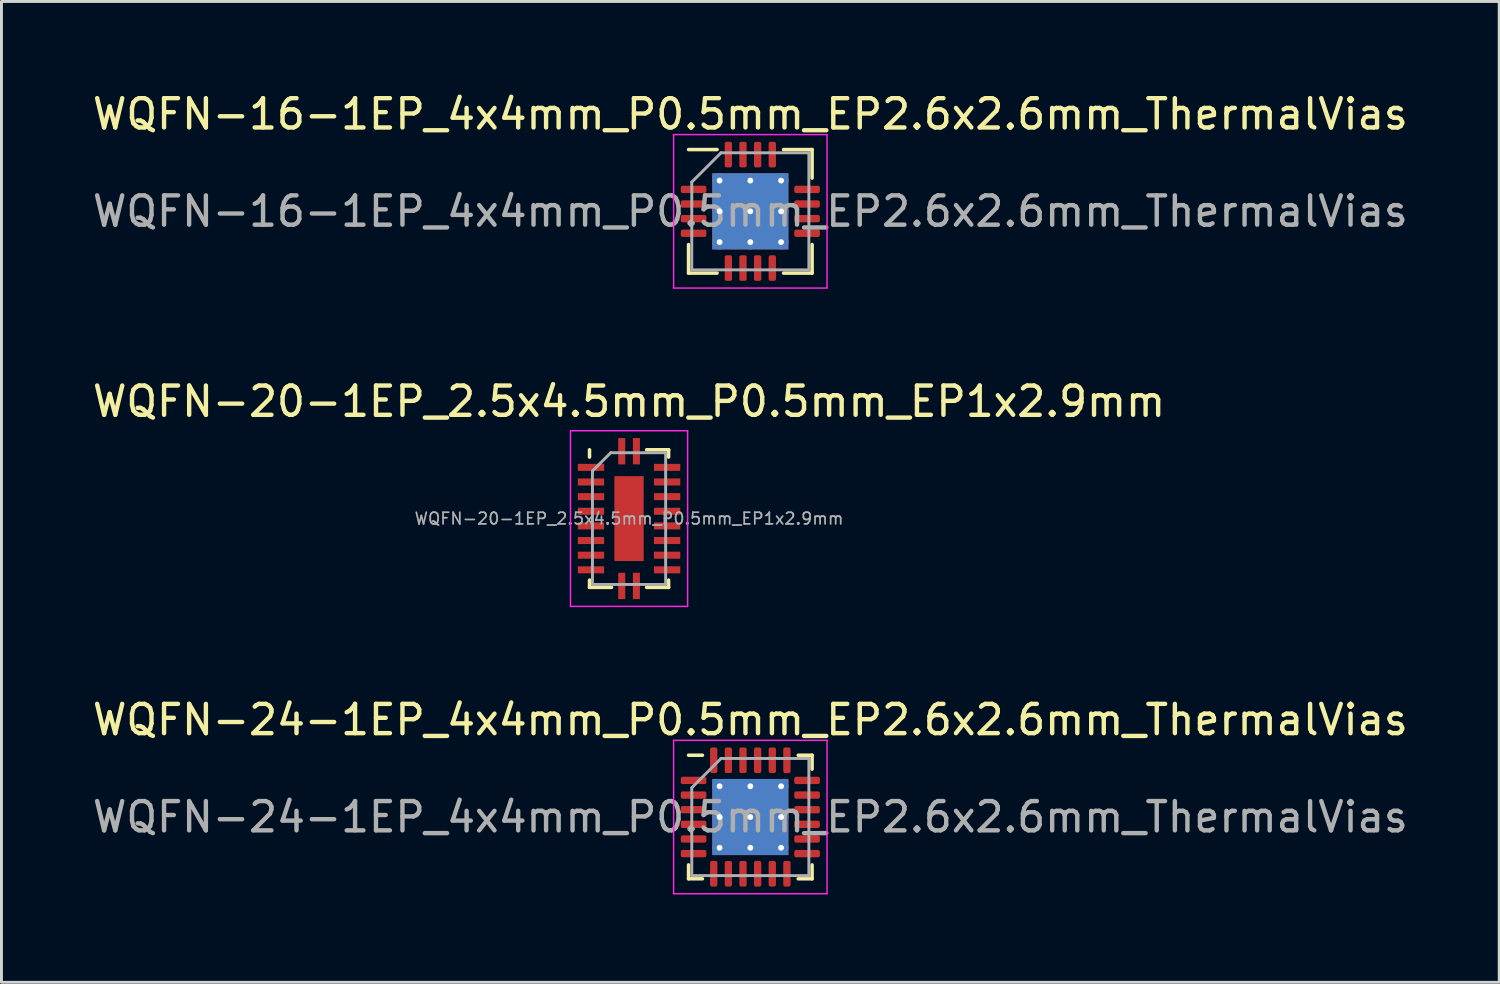
<source format=kicad_pcb>
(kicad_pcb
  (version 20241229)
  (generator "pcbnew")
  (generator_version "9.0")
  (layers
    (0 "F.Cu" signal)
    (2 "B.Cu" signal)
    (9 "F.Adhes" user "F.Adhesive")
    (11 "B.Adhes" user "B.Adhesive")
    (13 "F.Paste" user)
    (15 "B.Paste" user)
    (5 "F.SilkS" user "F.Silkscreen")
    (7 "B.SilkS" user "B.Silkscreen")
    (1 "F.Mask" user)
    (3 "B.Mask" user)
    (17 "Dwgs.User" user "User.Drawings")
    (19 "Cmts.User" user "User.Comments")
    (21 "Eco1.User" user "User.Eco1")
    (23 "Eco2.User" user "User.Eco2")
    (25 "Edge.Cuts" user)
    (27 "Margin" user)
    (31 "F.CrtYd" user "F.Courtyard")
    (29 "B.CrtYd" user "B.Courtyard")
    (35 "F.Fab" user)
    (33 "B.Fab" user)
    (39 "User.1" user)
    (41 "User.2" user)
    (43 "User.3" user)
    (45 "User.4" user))
  (footprint "WQFN-20-1EP_2.5x4.5mm_P0.5mm_EP1x2.9mm"
    (layer "F.Cu")
    (at 18.435 14.662)
    (property "Reference" "WQFN-20-1EP_2.5x4.5mm_P0.5mm_EP1x2.9mm" (at 0 -4 0) (layer "F.SilkS") (effects (font (size 1 1) (thickness 0.15))))
    (attr smd)
    (fp_line (start -1.35 -2.35) (end -1.35 -2.1) (stroke (width 0.12) (type solid)) (layer "F.SilkS"))
    (fp_line (start -1.35 2.35) (end -1.35 2.1) (stroke (width 0.12) (type solid)) (layer "F.SilkS"))
    (fp_line (start -0.6 2.35) (end -1.35 2.35) (stroke (width 0.12) (type solid)) (layer "F.SilkS"))
    (fp_line (start 0.6 -2.35) (end 1.35 -2.35) (stroke (width 0.12) (type solid)) (layer "F.SilkS"))
    (fp_line (start 0.6 2.35) (end 1.35 2.35) (stroke (width 0.12) (type solid)) (layer "F.SilkS"))
    (fp_line (start 1.35 -2.35) (end 1.35 -2.1) (stroke (width 0.12) (type solid)) (layer "F.SilkS"))
    (fp_line (start 1.35 2.35) (end 1.35 2.1) (stroke (width 0.12) (type solid)) (layer "F.SilkS"))
    (fp_line (start -2 -3) (end -2 3) (stroke (width 0.05) (type solid)) (layer "F.CrtYd"))
    (fp_line (start -2 -3) (end 2 -3) (stroke (width 0.05) (type solid)) (layer "F.CrtYd"))
    (fp_line (start -2 3) (end 2 3) (stroke (width 0.05) (type solid)) (layer "F.CrtYd"))
    (fp_line (start 2 -3) (end 2 3) (stroke (width 0.05) (type solid)) (layer "F.CrtYd"))
    (fp_line (start -1.25 -1.625) (end -1.25 2.25) (stroke (width 0.1) (type solid)) (layer "F.Fab"))
    (fp_line (start -1.25 -1.625) (end -0.625 -2.25) (stroke (width 0.1) (type solid)) (layer "F.Fab"))
    (fp_line (start -1.25 2.25) (end 1.25 2.25) (stroke (width 0.1) (type solid)) (layer "F.Fab"))
    (fp_line (start 1.25 -2.25) (end -0.625 -2.25) (stroke (width 0.1) (type solid)) (layer "F.Fab"))
    (fp_line (start 1.25 -2.25) (end 1.25 2.25) (stroke (width 0.1) (type solid)) (layer "F.Fab"))
    (fp_text user "${REFERENCE}" (at 0 0 0) (layer "F.Fab") (effects (font (size 0.4 0.4) (thickness 0.06))))
    (pad "" smd rect (at 0 -0.95 270) (size 0.8 0.8) (layers "F.Paste"))
    (pad "" smd rect (at 0 0 270) (size 0.8 0.8) (layers "F.Paste"))
    (pad "" smd rect (at 0 0.95 270) (size 0.8 0.8) (layers "F.Paste"))
    (pad "1" smd rect (at -0.25 -2.3 270) (size 0.9 0.24) (layers "F.Cu" "F.Mask" "F.Paste"))
    (pad "2" smd rect (at -1.3 -1.75) (size 0.9 0.24) (layers "F.Cu" "F.Mask" "F.Paste"))
    (pad "3" smd rect (at -1.3 -1.25) (size 0.9 0.24) (layers "F.Cu" "F.Mask" "F.Paste"))
    (pad "4" smd rect (at -1.3 -0.75) (size 0.9 0.24) (layers "F.Cu" "F.Mask" "F.Paste"))
    (pad "5" smd rect (at -1.3 -0.25) (size 0.9 0.24) (layers "F.Cu" "F.Mask" "F.Paste"))
    (pad "6" smd rect (at -1.3 0.25) (size 0.9 0.24) (layers "F.Cu" "F.Mask" "F.Paste"))
    (pad "7" smd rect (at -1.3 0.75) (size 0.9 0.24) (layers "F.Cu" "F.Mask" "F.Paste"))
    (pad "8" smd rect (at -1.3 1.25) (size 0.9 0.24) (layers "F.Cu" "F.Mask" "F.Paste"))
    (pad "9" smd rect (at -1.3 1.75) (size 0.9 0.24) (layers "F.Cu" "F.Mask" "F.Paste"))
    (pad "10" smd rect (at -0.25 2.3 270) (size 0.9 0.24) (layers "F.Cu" "F.Mask" "F.Paste"))
    (pad "11" smd rect (at 0.25 2.3 270) (size 0.9 0.24) (layers "F.Cu" "F.Mask" "F.Paste"))
    (pad "12" smd rect (at 1.3 1.75) (size 0.9 0.24) (layers "F.Cu" "F.Mask" "F.Paste"))
    (pad "13" smd rect (at 1.3 1.25) (size 0.9 0.24) (layers "F.Cu" "F.Mask" "F.Paste"))
    (pad "14" smd rect (at 1.3 0.75) (size 0.9 0.24) (layers "F.Cu" "F.Mask" "F.Paste"))
    (pad "15" smd rect (at 1.3 0.25) (size 0.9 0.24) (layers "F.Cu" "F.Mask" "F.Paste"))
    (pad "16" smd rect (at 1.3 -0.25) (size 0.9 0.24) (layers "F.Cu" "F.Mask" "F.Paste"))
    (pad "17" smd rect (at 1.3 -0.75) (size 0.9 0.24) (layers "F.Cu" "F.Mask" "F.Paste"))
    (pad "18" smd rect (at 1.3 -1.25) (size 0.9 0.24) (layers "F.Cu" "F.Mask" "F.Paste"))
    (pad "19" smd rect (at 1.3 -1.75) (size 0.9 0.24) (layers "F.Cu" "F.Mask" "F.Paste"))
    (pad "20" smd rect (at 0.25 -2.3 270) (size 0.9 0.24) (layers "F.Cu" "F.Mask" "F.Paste"))
    (pad "21" smd rect (at 0 0 270) (size 2.9 1) (layers "F.Cu" "F.Mask")))
  (footprint "WQFN-24-1EP_4x4mm_P0.5mm_EP2.6x2.6mm_ThermalVias"
    (layer "F.Cu")
    (at 22.577 24.855)
    (property "Reference" "WQFN-24-1EP_4x4mm_P0.5mm_EP2.6x2.6mm_ThermalVias" (at 0 -3.32 0) (layer "F.SilkS") (effects (font (size 1 1) (thickness 0.15))))
    (attr smd)
    (fp_line (start -2.11 2.11) (end -2.11 1.635) (stroke (width 0.12) (type solid)) (layer "F.SilkS"))
    (fp_line (start -1.635 -2.11) (end -2.11 -2.11) (stroke (width 0.12) (type solid)) (layer "F.SilkS"))
    (fp_line (start -1.635 2.11) (end -2.11 2.11) (stroke (width 0.12) (type solid)) (layer "F.SilkS"))
    (fp_line (start 1.635 -2.11) (end 2.11 -2.11) (stroke (width 0.12) (type solid)) (layer "F.SilkS"))
    (fp_line (start 1.635 2.11) (end 2.11 2.11) (stroke (width 0.12) (type solid)) (layer "F.SilkS"))
    (fp_line (start 2.11 -2.11) (end 2.11 -1.635) (stroke (width 0.12) (type solid)) (layer "F.SilkS"))
    (fp_line (start 2.11 2.11) (end 2.11 1.635) (stroke (width 0.12) (type solid)) (layer "F.SilkS"))
    (fp_line (start -2.62 -2.62) (end -2.62 2.62) (stroke (width 0.05) (type solid)) (layer "F.CrtYd"))
    (fp_line (start -2.62 2.62) (end 2.62 2.62) (stroke (width 0.05) (type solid)) (layer "F.CrtYd"))
    (fp_line (start 2.62 -2.62) (end -2.62 -2.62) (stroke (width 0.05) (type solid)) (layer "F.CrtYd"))
    (fp_line (start 2.62 2.62) (end 2.62 -2.62) (stroke (width 0.05) (type solid)) (layer "F.CrtYd"))
    (fp_line (start -2 -1) (end -1 -2) (stroke (width 0.1) (type solid)) (layer "F.Fab"))
    (fp_line (start -2 2) (end -2 -1) (stroke (width 0.1) (type solid)) (layer "F.Fab"))
    (fp_line (start -1 -2) (end 2 -2) (stroke (width 0.1) (type solid)) (layer "F.Fab"))
    (fp_line (start 2 -2) (end 2 2) (stroke (width 0.1) (type solid)) (layer "F.Fab"))
    (fp_line (start 2 2) (end -2 2) (stroke (width 0.1) (type solid)) (layer "F.Fab"))
    (fp_text user "${REFERENCE}" (at 0 0 0) (layer "F.Fab") (effects (font (size 1 1) (thickness 0.15))))
    (pad "" smd roundrect (at -0.65 -0.65) (size 1.13 1.13) (layers "F.Paste") (roundrect_rratio 0.221))
    (pad "" smd roundrect (at -0.65 0.65) (size 1.13 1.13) (layers "F.Paste") (roundrect_rratio 0.221))
    (pad "" smd roundrect (at 0.65 -0.65) (size 1.13 1.13) (layers "F.Paste") (roundrect_rratio 0.221))
    (pad "" smd roundrect (at 0.65 0.65) (size 1.13 1.13) (layers "F.Paste") (roundrect_rratio 0.221))
    (pad "1" smd roundrect (at -1.938 -1.25) (size 0.875 0.25) (layers "F.Cu" "F.Mask" "F.Paste") (roundrect_rratio 0.25))
    (pad "2" smd roundrect (at -1.938 -0.75) (size 0.875 0.25) (layers "F.Cu" "F.Mask" "F.Paste") (roundrect_rratio 0.25))
    (pad "3" smd roundrect (at -1.938 -0.25) (size 0.875 0.25) (layers "F.Cu" "F.Mask" "F.Paste") (roundrect_rratio 0.25))
    (pad "4" smd roundrect (at -1.938 0.25) (size 0.875 0.25) (layers "F.Cu" "F.Mask" "F.Paste") (roundrect_rratio 0.25))
    (pad "5" smd roundrect (at -1.938 0.75) (size 0.875 0.25) (layers "F.Cu" "F.Mask" "F.Paste") (roundrect_rratio 0.25))
    (pad "6" smd roundrect (at -1.938 1.25) (size 0.875 0.25) (layers "F.Cu" "F.Mask" "F.Paste") (roundrect_rratio 0.25))
    (pad "7" smd roundrect (at -1.25 1.938) (size 0.25 0.875) (layers "F.Cu" "F.Mask" "F.Paste") (roundrect_rratio 0.25))
    (pad "8" smd roundrect (at -0.75 1.938) (size 0.25 0.875) (layers "F.Cu" "F.Mask" "F.Paste") (roundrect_rratio 0.25))
    (pad "9" smd roundrect (at -0.25 1.938) (size 0.25 0.875) (layers "F.Cu" "F.Mask" "F.Paste") (roundrect_rratio 0.25))
    (pad "10" smd roundrect (at 0.25 1.938) (size 0.25 0.875) (layers "F.Cu" "F.Mask" "F.Paste") (roundrect_rratio 0.25))
    (pad "11" smd roundrect (at 0.75 1.938) (size 0.25 0.875) (layers "F.Cu" "F.Mask" "F.Paste") (roundrect_rratio 0.25))
    (pad "12" smd roundrect (at 1.25 1.938) (size 0.25 0.875) (layers "F.Cu" "F.Mask" "F.Paste") (roundrect_rratio 0.25))
    (pad "13" smd roundrect (at 1.938 1.25) (size 0.875 0.25) (layers "F.Cu" "F.Mask" "F.Paste") (roundrect_rratio 0.25))
    (pad "14" smd roundrect (at 1.938 0.75) (size 0.875 0.25) (layers "F.Cu" "F.Mask" "F.Paste") (roundrect_rratio 0.25))
    (pad "15" smd roundrect (at 1.938 0.25) (size 0.875 0.25) (layers "F.Cu" "F.Mask" "F.Paste") (roundrect_rratio 0.25))
    (pad "16" smd roundrect (at 1.938 -0.25) (size 0.875 0.25) (layers "F.Cu" "F.Mask" "F.Paste") (roundrect_rratio 0.25))
    (pad "17" smd roundrect (at 1.938 -0.75) (size 0.875 0.25) (layers "F.Cu" "F.Mask" "F.Paste") (roundrect_rratio 0.25))
    (pad "18" smd roundrect (at 1.938 -1.25) (size 0.875 0.25) (layers "F.Cu" "F.Mask" "F.Paste") (roundrect_rratio 0.25))
    (pad "19" smd roundrect (at 1.25 -1.938) (size 0.25 0.875) (layers "F.Cu" "F.Mask" "F.Paste") (roundrect_rratio 0.25))
    (pad "20" smd roundrect (at 0.75 -1.938) (size 0.25 0.875) (layers "F.Cu" "F.Mask" "F.Paste") (roundrect_rratio 0.25))
    (pad "21" smd roundrect (at 0.25 -1.938) (size 0.25 0.875) (layers "F.Cu" "F.Mask" "F.Paste") (roundrect_rratio 0.25))
    (pad "22" smd roundrect (at -0.25 -1.938) (size 0.25 0.875) (layers "F.Cu" "F.Mask" "F.Paste") (roundrect_rratio 0.25))
    (pad "23" smd roundrect (at -0.75 -1.938) (size 0.25 0.875) (layers "F.Cu" "F.Mask" "F.Paste") (roundrect_rratio 0.25))
    (pad "24" smd roundrect (at -1.25 -1.938) (size 0.25 0.875) (layers "F.Cu" "F.Mask" "F.Paste") (roundrect_rratio 0.25))
    (pad "25" thru_hole circle (at -1.05 -1.05) (size 0.5 0.5) (drill 0.2) (layers "*.Cu"))
    (pad "25" thru_hole circle (at -1.05 0) (size 0.5 0.5) (drill 0.2) (layers "*.Cu"))
    (pad "25" thru_hole circle (at -1.05 1.05) (size 0.5 0.5) (drill 0.2) (layers "*.Cu"))
    (pad "25" thru_hole circle (at 0 -1.05) (size 0.5 0.5) (drill 0.2) (layers "*.Cu"))
    (pad "25" thru_hole circle (at 0 0) (size 0.5 0.5) (drill 0.2) (layers "*.Cu"))
    (pad "25" smd rect (at 0 0) (size 2.6 2.6) (layers "F.Cu" "F.Mask"))
    (pad "25" smd rect (at 0 0) (size 2.6 2.6) (layers "B.Cu"))
    (pad "25" thru_hole circle (at 0 1.05) (size 0.5 0.5) (drill 0.2) (layers "*.Cu"))
    (pad "25" thru_hole circle (at 1.05 -1.05) (size 0.5 0.5) (drill 0.2) (layers "*.Cu"))
    (pad "25" thru_hole circle (at 1.05 0) (size 0.5 0.5) (drill 0.2) (layers "*.Cu"))
    (pad "25" thru_hole circle (at 1.05 1.05) (size 0.5 0.5) (drill 0.2) (layers "*.Cu")))
  (footprint "WQFN-16-1EP_4x4mm_P0.5mm_EP2.6x2.6mm_ThermalVias"
    (layer "F.Cu")
    (at 22.577 4.168)
    (property "Reference" "WQFN-16-1EP_4x4mm_P0.5mm_EP2.6x2.6mm_ThermalVias" (at 0 -3.32 0) (layer "F.SilkS") (effects (font (size 1 1) (thickness 0.15))))
    (attr smd)
    (fp_line (start -2.11 2.11) (end -2.11 1.135) (stroke (width 0.12) (type solid)) (layer "F.SilkS"))
    (fp_line (start -1.135 -2.11) (end -2.11 -2.11) (stroke (width 0.12) (type solid)) (layer "F.SilkS"))
    (fp_line (start -1.135 2.11) (end -2.11 2.11) (stroke (width 0.12) (type solid)) (layer "F.SilkS"))
    (fp_line (start 1.135 -2.11) (end 2.11 -2.11) (stroke (width 0.12) (type solid)) (layer "F.SilkS"))
    (fp_line (start 1.135 2.11) (end 2.11 2.11) (stroke (width 0.12) (type solid)) (layer "F.SilkS"))
    (fp_line (start 2.11 -2.11) (end 2.11 -1.135) (stroke (width 0.12) (type solid)) (layer "F.SilkS"))
    (fp_line (start 2.11 2.11) (end 2.11 1.135) (stroke (width 0.12) (type solid)) (layer "F.SilkS"))
    (fp_line (start -2.62 -2.62) (end -2.62 2.62) (stroke (width 0.05) (type solid)) (layer "F.CrtYd"))
    (fp_line (start -2.62 2.62) (end 2.62 2.62) (stroke (width 0.05) (type solid)) (layer "F.CrtYd"))
    (fp_line (start 2.62 -2.62) (end -2.62 -2.62) (stroke (width 0.05) (type solid)) (layer "F.CrtYd"))
    (fp_line (start 2.62 2.62) (end 2.62 -2.62) (stroke (width 0.05) (type solid)) (layer "F.CrtYd"))
    (fp_line (start -2 -1) (end -1 -2) (stroke (width 0.1) (type solid)) (layer "F.Fab"))
    (fp_line (start -2 2) (end -2 -1) (stroke (width 0.1) (type solid)) (layer "F.Fab"))
    (fp_line (start -1 -2) (end 2 -2) (stroke (width 0.1) (type solid)) (layer "F.Fab"))
    (fp_line (start 2 -2) (end 2 2) (stroke (width 0.1) (type solid)) (layer "F.Fab"))
    (fp_line (start 2 2) (end -2 2) (stroke (width 0.1) (type solid)) (layer "F.Fab"))
    (fp_text user "${REFERENCE}" (at 0 0 0) (layer "F.Fab") (effects (font (size 1 1) (thickness 0.15))))
    (pad "" smd roundrect (at -0.65 -0.65) (size 1.13 1.13) (layers "F.Paste") (roundrect_rratio 0.221))
    (pad "" smd roundrect (at -0.65 0.65) (size 1.13 1.13) (layers "F.Paste") (roundrect_rratio 0.221))
    (pad "" smd roundrect (at 0.65 -0.65) (size 1.13 1.13) (layers "F.Paste") (roundrect_rratio 0.221))
    (pad "" smd roundrect (at 0.65 0.65) (size 1.13 1.13) (layers "F.Paste") (roundrect_rratio 0.221))
    (pad "1" smd roundrect (at -1.938 -0.75) (size 0.875 0.25) (layers "F.Cu" "F.Mask" "F.Paste") (roundrect_rratio 0.25))
    (pad "2" smd roundrect (at -1.938 -0.25) (size 0.875 0.25) (layers "F.Cu" "F.Mask" "F.Paste") (roundrect_rratio 0.25))
    (pad "3" smd roundrect (at -1.938 0.25) (size 0.875 0.25) (layers "F.Cu" "F.Mask" "F.Paste") (roundrect_rratio 0.25))
    (pad "4" smd roundrect (at -1.938 0.75) (size 0.875 0.25) (layers "F.Cu" "F.Mask" "F.Paste") (roundrect_rratio 0.25))
    (pad "5" smd roundrect (at -0.75 1.938) (size 0.25 0.875) (layers "F.Cu" "F.Mask" "F.Paste") (roundrect_rratio 0.25))
    (pad "6" smd roundrect (at -0.25 1.938) (size 0.25 0.875) (layers "F.Cu" "F.Mask" "F.Paste") (roundrect_rratio 0.25))
    (pad "7" smd roundrect (at 0.25 1.938) (size 0.25 0.875) (layers "F.Cu" "F.Mask" "F.Paste") (roundrect_rratio 0.25))
    (pad "8" smd roundrect (at 0.75 1.938) (size 0.25 0.875) (layers "F.Cu" "F.Mask" "F.Paste") (roundrect_rratio 0.25))
    (pad "9" smd roundrect (at 1.938 0.75) (size 0.875 0.25) (layers "F.Cu" "F.Mask" "F.Paste") (roundrect_rratio 0.25))
    (pad "10" smd roundrect (at 1.938 0.25) (size 0.875 0.25) (layers "F.Cu" "F.Mask" "F.Paste") (roundrect_rratio 0.25))
    (pad "11" smd roundrect (at 1.938 -0.25) (size 0.875 0.25) (layers "F.Cu" "F.Mask" "F.Paste") (roundrect_rratio 0.25))
    (pad "12" smd roundrect (at 1.938 -0.75) (size 0.875 0.25) (layers "F.Cu" "F.Mask" "F.Paste") (roundrect_rratio 0.25))
    (pad "13" smd roundrect (at 0.75 -1.938) (size 0.25 0.875) (layers "F.Cu" "F.Mask" "F.Paste") (roundrect_rratio 0.25))
    (pad "14" smd roundrect (at 0.25 -1.938) (size 0.25 0.875) (layers "F.Cu" "F.Mask" "F.Paste") (roundrect_rratio 0.25))
    (pad "15" smd roundrect (at -0.25 -1.938) (size 0.25 0.875) (layers "F.Cu" "F.Mask" "F.Paste") (roundrect_rratio 0.25))
    (pad "16" smd roundrect (at -0.75 -1.938) (size 0.25 0.875) (layers "F.Cu" "F.Mask" "F.Paste") (roundrect_rratio 0.25))
    (pad "17" thru_hole circle (at -1.05 -1.05) (size 0.5 0.5) (drill 0.2) (layers "*.Cu"))
    (pad "17" thru_hole circle (at -1.05 0) (size 0.5 0.5) (drill 0.2) (layers "*.Cu"))
    (pad "17" thru_hole circle (at -1.05 1.05) (size 0.5 0.5) (drill 0.2) (layers "*.Cu"))
    (pad "17" thru_hole circle (at 0 -1.05) (size 0.5 0.5) (drill 0.2) (layers "*.Cu"))
    (pad "17" thru_hole circle (at 0 0) (size 0.5 0.5) (drill 0.2) (layers "*.Cu"))
    (pad "17" smd rect (at 0 0) (size 2.6 2.6) (layers "F.Cu" "F.Mask"))
    (pad "17" smd rect (at 0 0) (size 2.6 2.6) (layers "B.Cu"))
    (pad "17" thru_hole circle (at 0 1.05) (size 0.5 0.5) (drill 0.2) (layers "*.Cu"))
    (pad "17" thru_hole circle (at 1.05 -1.05) (size 0.5 0.5) (drill 0.2) (layers "*.Cu"))
    (pad "17" thru_hole circle (at 1.05 0) (size 0.5 0.5) (drill 0.2) (layers "*.Cu"))
    (pad "17" thru_hole circle (at 1.05 1.05) (size 0.5 0.5) (drill 0.2) (layers "*.Cu")))
  (gr_rect
    (start -3 -3)
    (end 48.155 30.5)
    (stroke (width 0.1) (type default))
    (fill no)
    (layer "Edge.Cuts")))
</source>
